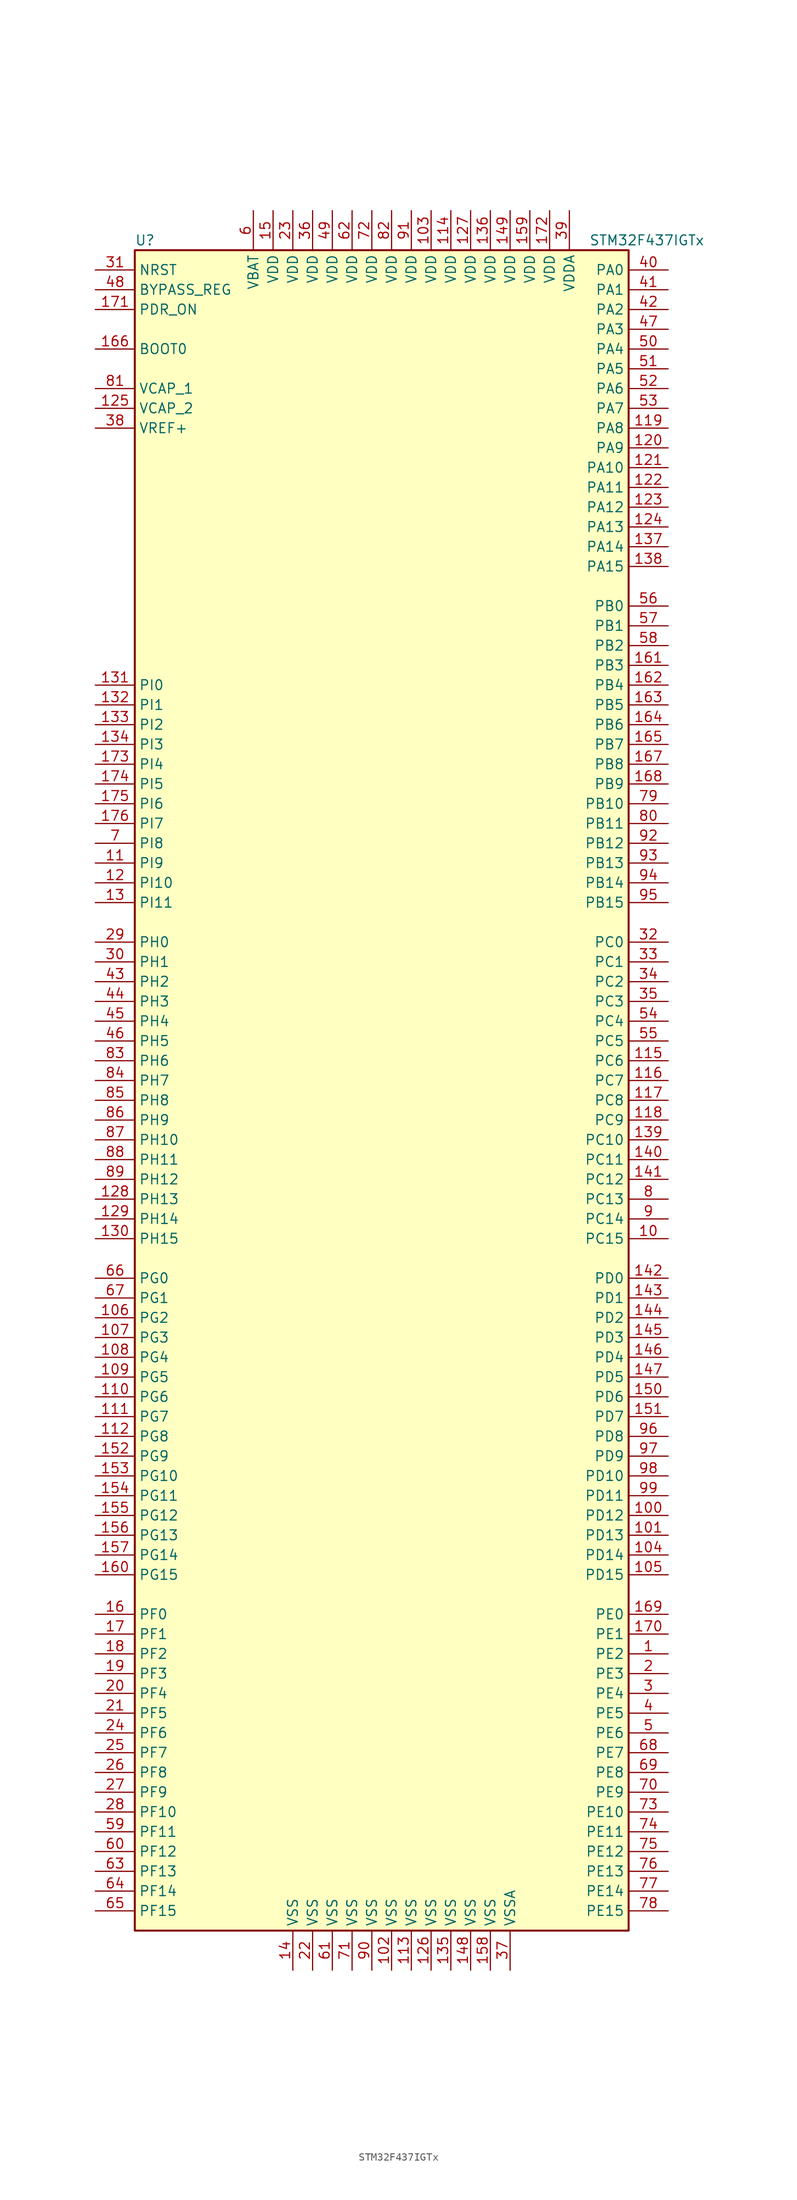
<source format=kicad_sym>
(kicad_symbol_lib
  (version 20201005)
  (generator kicad_symbol_editor)
  (symbol "STM32F437IGTx"
    (property "Reference" "U"
      (at -33.02 107.95 0)
      (effects (font (size 1.27 1.27)) (justify left)))
    (property "Value" "STM32F437IGTx"
      (at 25.4 107.95 0)
      (effects (font (size 1.27 1.27)) (justify left)))
    (symbol "STM32F437IGTx_0_1"
      (rectangle (start -33.02 -109.22) (end 30.48 106.68) (stroke (width 0.254)) (fill (type background))))
    (symbol "STM32F437IGTx_1_1"
      (pin input line (at -38.1 93.98 0) (length 5.08) (name "BOOT0" (effects (font (size 1.27 1.27)))) (number "166" (effects (font (size 1.27 1.27)))))
      (pin input line (at -38.1 101.6 0) (length 5.08) (name "BYPASS_REG" (effects (font (size 1.27 1.27)))) (number "48" (effects (font (size 1.27 1.27)))))
      (pin input line (at -38.1 104.14 0) (length 5.08) (name "NRST" (effects (font (size 1.27 1.27)))) (number "31" (effects (font (size 1.27 1.27)))))
      (pin bidirectional line (at 35.56 104.14 180) (length 5.08) (name "PA0" (effects (font (size 1.27 1.27)))) (number "40" (effects (font (size 1.27 1.27)))))
      (pin bidirectional line (at 35.56 101.6 180) (length 5.08) (name "PA1" (effects (font (size 1.27 1.27)))) (number "41" (effects (font (size 1.27 1.27)))))
      (pin bidirectional line (at 35.56 78.74 180) (length 5.08) (name "PA10" (effects (font (size 1.27 1.27)))) (number "121" (effects (font (size 1.27 1.27)))))
      (pin bidirectional line (at 35.56 76.2 180) (length 5.08) (name "PA11" (effects (font (size 1.27 1.27)))) (number "122" (effects (font (size 1.27 1.27)))))
      (pin bidirectional line (at 35.56 73.66 180) (length 5.08) (name "PA12" (effects (font (size 1.27 1.27)))) (number "123" (effects (font (size 1.27 1.27)))))
      (pin bidirectional line (at 35.56 71.12 180) (length 5.08) (name "PA13" (effects (font (size 1.27 1.27)))) (number "124" (effects (font (size 1.27 1.27)))))
      (pin bidirectional line (at 35.56 68.58 180) (length 5.08) (name "PA14" (effects (font (size 1.27 1.27)))) (number "137" (effects (font (size 1.27 1.27)))))
      (pin bidirectional line (at 35.56 66.04 180) (length 5.08) (name "PA15" (effects (font (size 1.27 1.27)))) (number "138" (effects (font (size 1.27 1.27)))))
      (pin bidirectional line (at 35.56 99.06 180) (length 5.08) (name "PA2" (effects (font (size 1.27 1.27)))) (number "42" (effects (font (size 1.27 1.27)))))
      (pin bidirectional line (at 35.56 96.52 180) (length 5.08) (name "PA3" (effects (font (size 1.27 1.27)))) (number "47" (effects (font (size 1.27 1.27)))))
      (pin bidirectional line (at 35.56 93.98 180) (length 5.08) (name "PA4" (effects (font (size 1.27 1.27)))) (number "50" (effects (font (size 1.27 1.27)))))
      (pin bidirectional line (at 35.56 91.44 180) (length 5.08) (name "PA5" (effects (font (size 1.27 1.27)))) (number "51" (effects (font (size 1.27 1.27)))))
      (pin bidirectional line (at 35.56 88.9 180) (length 5.08) (name "PA6" (effects (font (size 1.27 1.27)))) (number "52" (effects (font (size 1.27 1.27)))))
      (pin bidirectional line (at 35.56 86.36 180) (length 5.08) (name "PA7" (effects (font (size 1.27 1.27)))) (number "53" (effects (font (size 1.27 1.27)))))
      (pin bidirectional line (at 35.56 83.82 180) (length 5.08) (name "PA8" (effects (font (size 1.27 1.27)))) (number "119" (effects (font (size 1.27 1.27)))))
      (pin bidirectional line (at 35.56 81.28 180) (length 5.08) (name "PA9" (effects (font (size 1.27 1.27)))) (number "120" (effects (font (size 1.27 1.27)))))
      (pin bidirectional line (at 35.56 60.96 180) (length 5.08) (name "PB0" (effects (font (size 1.27 1.27)))) (number "56" (effects (font (size 1.27 1.27)))))
      (pin bidirectional line (at 35.56 58.42 180) (length 5.08) (name "PB1" (effects (font (size 1.27 1.27)))) (number "57" (effects (font (size 1.27 1.27)))))
      (pin bidirectional line (at 35.56 35.56 180) (length 5.08) (name "PB10" (effects (font (size 1.27 1.27)))) (number "79" (effects (font (size 1.27 1.27)))))
      (pin bidirectional line (at 35.56 33.02 180) (length 5.08) (name "PB11" (effects (font (size 1.27 1.27)))) (number "80" (effects (font (size 1.27 1.27)))))
      (pin bidirectional line (at 35.56 30.48 180) (length 5.08) (name "PB12" (effects (font (size 1.27 1.27)))) (number "92" (effects (font (size 1.27 1.27)))))
      (pin bidirectional line (at 35.56 27.94 180) (length 5.08) (name "PB13" (effects (font (size 1.27 1.27)))) (number "93" (effects (font (size 1.27 1.27)))))
      (pin bidirectional line (at 35.56 25.4 180) (length 5.08) (name "PB14" (effects (font (size 1.27 1.27)))) (number "94" (effects (font (size 1.27 1.27)))))
      (pin bidirectional line (at 35.56 22.86 180) (length 5.08) (name "PB15" (effects (font (size 1.27 1.27)))) (number "95" (effects (font (size 1.27 1.27)))))
      (pin bidirectional line (at 35.56 55.88 180) (length 5.08) (name "PB2" (effects (font (size 1.27 1.27)))) (number "58" (effects (font (size 1.27 1.27)))))
      (pin bidirectional line (at 35.56 53.34 180) (length 5.08) (name "PB3" (effects (font (size 1.27 1.27)))) (number "161" (effects (font (size 1.27 1.27)))))
      (pin bidirectional line (at 35.56 50.8 180) (length 5.08) (name "PB4" (effects (font (size 1.27 1.27)))) (number "162" (effects (font (size 1.27 1.27)))))
      (pin bidirectional line (at 35.56 48.26 180) (length 5.08) (name "PB5" (effects (font (size 1.27 1.27)))) (number "163" (effects (font (size 1.27 1.27)))))
      (pin bidirectional line (at 35.56 45.72 180) (length 5.08) (name "PB6" (effects (font (size 1.27 1.27)))) (number "164" (effects (font (size 1.27 1.27)))))
      (pin bidirectional line (at 35.56 43.18 180) (length 5.08) (name "PB7" (effects (font (size 1.27 1.27)))) (number "165" (effects (font (size 1.27 1.27)))))
      (pin bidirectional line (at 35.56 40.64 180) (length 5.08) (name "PB8" (effects (font (size 1.27 1.27)))) (number "167" (effects (font (size 1.27 1.27)))))
      (pin bidirectional line (at 35.56 38.1 180) (length 5.08) (name "PB9" (effects (font (size 1.27 1.27)))) (number "168" (effects (font (size 1.27 1.27)))))
      (pin bidirectional line (at 35.56 17.78 180) (length 5.08) (name "PC0" (effects (font (size 1.27 1.27)))) (number "32" (effects (font (size 1.27 1.27)))))
      (pin bidirectional line (at 35.56 15.24 180) (length 5.08) (name "PC1" (effects (font (size 1.27 1.27)))) (number "33" (effects (font (size 1.27 1.27)))))
      (pin bidirectional line (at 35.56 -7.62 180) (length 5.08) (name "PC10" (effects (font (size 1.27 1.27)))) (number "139" (effects (font (size 1.27 1.27)))))
      (pin bidirectional line (at 35.56 -10.16 180) (length 5.08) (name "PC11" (effects (font (size 1.27 1.27)))) (number "140" (effects (font (size 1.27 1.27)))))
      (pin bidirectional line (at 35.56 -12.7 180) (length 5.08) (name "PC12" (effects (font (size 1.27 1.27)))) (number "141" (effects (font (size 1.27 1.27)))))
      (pin bidirectional line (at 35.56 -15.24 180) (length 5.08) (name "PC13" (effects (font (size 1.27 1.27)))) (number "8" (effects (font (size 1.27 1.27)))))
      (pin bidirectional line (at 35.56 -17.78 180) (length 5.08) (name "PC14" (effects (font (size 1.27 1.27)))) (number "9" (effects (font (size 1.27 1.27)))))
      (pin bidirectional line (at 35.56 -20.32 180) (length 5.08) (name "PC15" (effects (font (size 1.27 1.27)))) (number "10" (effects (font (size 1.27 1.27)))))
      (pin bidirectional line (at 35.56 12.7 180) (length 5.08) (name "PC2" (effects (font (size 1.27 1.27)))) (number "34" (effects (font (size 1.27 1.27)))))
      (pin bidirectional line (at 35.56 10.16 180) (length 5.08) (name "PC3" (effects (font (size 1.27 1.27)))) (number "35" (effects (font (size 1.27 1.27)))))
      (pin bidirectional line (at 35.56 7.62 180) (length 5.08) (name "PC4" (effects (font (size 1.27 1.27)))) (number "54" (effects (font (size 1.27 1.27)))))
      (pin bidirectional line (at 35.56 5.08 180) (length 5.08) (name "PC5" (effects (font (size 1.27 1.27)))) (number "55" (effects (font (size 1.27 1.27)))))
      (pin bidirectional line (at 35.56 2.54 180) (length 5.08) (name "PC6" (effects (font (size 1.27 1.27)))) (number "115" (effects (font (size 1.27 1.27)))))
      (pin bidirectional line (at 35.56 0 180) (length 5.08) (name "PC7" (effects (font (size 1.27 1.27)))) (number "116" (effects (font (size 1.27 1.27)))))
      (pin bidirectional line (at 35.56 -2.54 180) (length 5.08) (name "PC8" (effects (font (size 1.27 1.27)))) (number "117" (effects (font (size 1.27 1.27)))))
      (pin bidirectional line (at 35.56 -5.08 180) (length 5.08) (name "PC9" (effects (font (size 1.27 1.27)))) (number "118" (effects (font (size 1.27 1.27)))))
      (pin bidirectional line (at 35.56 -25.4 180) (length 5.08) (name "PD0" (effects (font (size 1.27 1.27)))) (number "142" (effects (font (size 1.27 1.27)))))
      (pin bidirectional line (at 35.56 -27.94 180) (length 5.08) (name "PD1" (effects (font (size 1.27 1.27)))) (number "143" (effects (font (size 1.27 1.27)))))
      (pin bidirectional line (at 35.56 -50.8 180) (length 5.08) (name "PD10" (effects (font (size 1.27 1.27)))) (number "98" (effects (font (size 1.27 1.27)))))
      (pin bidirectional line (at 35.56 -53.34 180) (length 5.08) (name "PD11" (effects (font (size 1.27 1.27)))) (number "99" (effects (font (size 1.27 1.27)))))
      (pin bidirectional line (at 35.56 -55.88 180) (length 5.08) (name "PD12" (effects (font (size 1.27 1.27)))) (number "100" (effects (font (size 1.27 1.27)))))
      (pin bidirectional line (at 35.56 -58.42 180) (length 5.08) (name "PD13" (effects (font (size 1.27 1.27)))) (number "101" (effects (font (size 1.27 1.27)))))
      (pin bidirectional line (at 35.56 -60.96 180) (length 5.08) (name "PD14" (effects (font (size 1.27 1.27)))) (number "104" (effects (font (size 1.27 1.27)))))
      (pin bidirectional line (at 35.56 -63.5 180) (length 5.08) (name "PD15" (effects (font (size 1.27 1.27)))) (number "105" (effects (font (size 1.27 1.27)))))
      (pin bidirectional line (at 35.56 -30.48 180) (length 5.08) (name "PD2" (effects (font (size 1.27 1.27)))) (number "144" (effects (font (size 1.27 1.27)))))
      (pin bidirectional line (at 35.56 -33.02 180) (length 5.08) (name "PD3" (effects (font (size 1.27 1.27)))) (number "145" (effects (font (size 1.27 1.27)))))
      (pin bidirectional line (at 35.56 -35.56 180) (length 5.08) (name "PD4" (effects (font (size 1.27 1.27)))) (number "146" (effects (font (size 1.27 1.27)))))
      (pin bidirectional line (at 35.56 -38.1 180) (length 5.08) (name "PD5" (effects (font (size 1.27 1.27)))) (number "147" (effects (font (size 1.27 1.27)))))
      (pin bidirectional line (at 35.56 -40.64 180) (length 5.08) (name "PD6" (effects (font (size 1.27 1.27)))) (number "150" (effects (font (size 1.27 1.27)))))
      (pin bidirectional line (at 35.56 -43.18 180) (length 5.08) (name "PD7" (effects (font (size 1.27 1.27)))) (number "151" (effects (font (size 1.27 1.27)))))
      (pin bidirectional line (at 35.56 -45.72 180) (length 5.08) (name "PD8" (effects (font (size 1.27 1.27)))) (number "96" (effects (font (size 1.27 1.27)))))
      (pin bidirectional line (at 35.56 -48.26 180) (length 5.08) (name "PD9" (effects (font (size 1.27 1.27)))) (number "97" (effects (font (size 1.27 1.27)))))
      (pin input line (at -38.1 99.06 0) (length 5.08) (name "PDR_ON" (effects (font (size 1.27 1.27)))) (number "171" (effects (font (size 1.27 1.27)))))
      (pin bidirectional line (at 35.56 -68.58 180) (length 5.08) (name "PE0" (effects (font (size 1.27 1.27)))) (number "169" (effects (font (size 1.27 1.27)))))
      (pin bidirectional line (at 35.56 -71.12 180) (length 5.08) (name "PE1" (effects (font (size 1.27 1.27)))) (number "170" (effects (font (size 1.27 1.27)))))
      (pin bidirectional line (at 35.56 -93.98 180) (length 5.08) (name "PE10" (effects (font (size 1.27 1.27)))) (number "73" (effects (font (size 1.27 1.27)))))
      (pin bidirectional line (at 35.56 -96.52 180) (length 5.08) (name "PE11" (effects (font (size 1.27 1.27)))) (number "74" (effects (font (size 1.27 1.27)))))
      (pin bidirectional line (at 35.56 -99.06 180) (length 5.08) (name "PE12" (effects (font (size 1.27 1.27)))) (number "75" (effects (font (size 1.27 1.27)))))
      (pin bidirectional line (at 35.56 -101.6 180) (length 5.08) (name "PE13" (effects (font (size 1.27 1.27)))) (number "76" (effects (font (size 1.27 1.27)))))
      (pin bidirectional line (at 35.56 -104.14 180) (length 5.08) (name "PE14" (effects (font (size 1.27 1.27)))) (number "77" (effects (font (size 1.27 1.27)))))
      (pin bidirectional line (at 35.56 -106.68 180) (length 5.08) (name "PE15" (effects (font (size 1.27 1.27)))) (number "78" (effects (font (size 1.27 1.27)))))
      (pin bidirectional line (at 35.56 -73.66 180) (length 5.08) (name "PE2" (effects (font (size 1.27 1.27)))) (number "1" (effects (font (size 1.27 1.27)))))
      (pin bidirectional line (at 35.56 -76.2 180) (length 5.08) (name "PE3" (effects (font (size 1.27 1.27)))) (number "2" (effects (font (size 1.27 1.27)))))
      (pin bidirectional line (at 35.56 -78.74 180) (length 5.08) (name "PE4" (effects (font (size 1.27 1.27)))) (number "3" (effects (font (size 1.27 1.27)))))
      (pin bidirectional line (at 35.56 -81.28 180) (length 5.08) (name "PE5" (effects (font (size 1.27 1.27)))) (number "4" (effects (font (size 1.27 1.27)))))
      (pin bidirectional line (at 35.56 -83.82 180) (length 5.08) (name "PE6" (effects (font (size 1.27 1.27)))) (number "5" (effects (font (size 1.27 1.27)))))
      (pin bidirectional line (at 35.56 -86.36 180) (length 5.08) (name "PE7" (effects (font (size 1.27 1.27)))) (number "68" (effects (font (size 1.27 1.27)))))
      (pin bidirectional line (at 35.56 -88.9 180) (length 5.08) (name "PE8" (effects (font (size 1.27 1.27)))) (number "69" (effects (font (size 1.27 1.27)))))
      (pin bidirectional line (at 35.56 -91.44 180) (length 5.08) (name "PE9" (effects (font (size 1.27 1.27)))) (number "70" (effects (font (size 1.27 1.27)))))
      (pin bidirectional line (at -38.1 -68.58 0) (length 5.08) (name "PF0" (effects (font (size 1.27 1.27)))) (number "16" (effects (font (size 1.27 1.27)))))
      (pin bidirectional line (at -38.1 -71.12 0) (length 5.08) (name "PF1" (effects (font (size 1.27 1.27)))) (number "17" (effects (font (size 1.27 1.27)))))
      (pin bidirectional line (at -38.1 -93.98 0) (length 5.08) (name "PF10" (effects (font (size 1.27 1.27)))) (number "28" (effects (font (size 1.27 1.27)))))
      (pin bidirectional line (at -38.1 -96.52 0) (length 5.08) (name "PF11" (effects (font (size 1.27 1.27)))) (number "59" (effects (font (size 1.27 1.27)))))
      (pin bidirectional line (at -38.1 -99.06 0) (length 5.08) (name "PF12" (effects (font (size 1.27 1.27)))) (number "60" (effects (font (size 1.27 1.27)))))
      (pin bidirectional line (at -38.1 -101.6 0) (length 5.08) (name "PF13" (effects (font (size 1.27 1.27)))) (number "63" (effects (font (size 1.27 1.27)))))
      (pin bidirectional line (at -38.1 -104.14 0) (length 5.08) (name "PF14" (effects (font (size 1.27 1.27)))) (number "64" (effects (font (size 1.27 1.27)))))
      (pin bidirectional line (at -38.1 -106.68 0) (length 5.08) (name "PF15" (effects (font (size 1.27 1.27)))) (number "65" (effects (font (size 1.27 1.27)))))
      (pin bidirectional line (at -38.1 -73.66 0) (length 5.08) (name "PF2" (effects (font (size 1.27 1.27)))) (number "18" (effects (font (size 1.27 1.27)))))
      (pin bidirectional line (at -38.1 -76.2 0) (length 5.08) (name "PF3" (effects (font (size 1.27 1.27)))) (number "19" (effects (font (size 1.27 1.27)))))
      (pin bidirectional line (at -38.1 -78.74 0) (length 5.08) (name "PF4" (effects (font (size 1.27 1.27)))) (number "20" (effects (font (size 1.27 1.27)))))
      (pin bidirectional line (at -38.1 -81.28 0) (length 5.08) (name "PF5" (effects (font (size 1.27 1.27)))) (number "21" (effects (font (size 1.27 1.27)))))
      (pin bidirectional line (at -38.1 -83.82 0) (length 5.08) (name "PF6" (effects (font (size 1.27 1.27)))) (number "24" (effects (font (size 1.27 1.27)))))
      (pin bidirectional line (at -38.1 -86.36 0) (length 5.08) (name "PF7" (effects (font (size 1.27 1.27)))) (number "25" (effects (font (size 1.27 1.27)))))
      (pin bidirectional line (at -38.1 -88.9 0) (length 5.08) (name "PF8" (effects (font (size 1.27 1.27)))) (number "26" (effects (font (size 1.27 1.27)))))
      (pin bidirectional line (at -38.1 -91.44 0) (length 5.08) (name "PF9" (effects (font (size 1.27 1.27)))) (number "27" (effects (font (size 1.27 1.27)))))
      (pin bidirectional line (at -38.1 -25.4 0) (length 5.08) (name "PG0" (effects (font (size 1.27 1.27)))) (number "66" (effects (font (size 1.27 1.27)))))
      (pin bidirectional line (at -38.1 -27.94 0) (length 5.08) (name "PG1" (effects (font (size 1.27 1.27)))) (number "67" (effects (font (size 1.27 1.27)))))
      (pin bidirectional line (at -38.1 -50.8 0) (length 5.08) (name "PG10" (effects (font (size 1.27 1.27)))) (number "153" (effects (font (size 1.27 1.27)))))
      (pin bidirectional line (at -38.1 -53.34 0) (length 5.08) (name "PG11" (effects (font (size 1.27 1.27)))) (number "154" (effects (font (size 1.27 1.27)))))
      (pin bidirectional line (at -38.1 -55.88 0) (length 5.08) (name "PG12" (effects (font (size 1.27 1.27)))) (number "155" (effects (font (size 1.27 1.27)))))
      (pin bidirectional line (at -38.1 -58.42 0) (length 5.08) (name "PG13" (effects (font (size 1.27 1.27)))) (number "156" (effects (font (size 1.27 1.27)))))
      (pin bidirectional line (at -38.1 -60.96 0) (length 5.08) (name "PG14" (effects (font (size 1.27 1.27)))) (number "157" (effects (font (size 1.27 1.27)))))
      (pin bidirectional line (at -38.1 -63.5 0) (length 5.08) (name "PG15" (effects (font (size 1.27 1.27)))) (number "160" (effects (font (size 1.27 1.27)))))
      (pin bidirectional line (at -38.1 -30.48 0) (length 5.08) (name "PG2" (effects (font (size 1.27 1.27)))) (number "106" (effects (font (size 1.27 1.27)))))
      (pin bidirectional line (at -38.1 -33.02 0) (length 5.08) (name "PG3" (effects (font (size 1.27 1.27)))) (number "107" (effects (font (size 1.27 1.27)))))
      (pin bidirectional line (at -38.1 -35.56 0) (length 5.08) (name "PG4" (effects (font (size 1.27 1.27)))) (number "108" (effects (font (size 1.27 1.27)))))
      (pin bidirectional line (at -38.1 -38.1 0) (length 5.08) (name "PG5" (effects (font (size 1.27 1.27)))) (number "109" (effects (font (size 1.27 1.27)))))
      (pin bidirectional line (at -38.1 -40.64 0) (length 5.08) (name "PG6" (effects (font (size 1.27 1.27)))) (number "110" (effects (font (size 1.27 1.27)))))
      (pin bidirectional line (at -38.1 -43.18 0) (length 5.08) (name "PG7" (effects (font (size 1.27 1.27)))) (number "111" (effects (font (size 1.27 1.27)))))
      (pin bidirectional line (at -38.1 -45.72 0) (length 5.08) (name "PG8" (effects (font (size 1.27 1.27)))) (number "112" (effects (font (size 1.27 1.27)))))
      (pin bidirectional line (at -38.1 -48.26 0) (length 5.08) (name "PG9" (effects (font (size 1.27 1.27)))) (number "152" (effects (font (size 1.27 1.27)))))
      (pin input line (at -38.1 17.78 0) (length 5.08) (name "PH0" (effects (font (size 1.27 1.27)))) (number "29" (effects (font (size 1.27 1.27)))))
      (pin input line (at -38.1 15.24 0) (length 5.08) (name "PH1" (effects (font (size 1.27 1.27)))) (number "30" (effects (font (size 1.27 1.27)))))
      (pin bidirectional line (at -38.1 -7.62 0) (length 5.08) (name "PH10" (effects (font (size 1.27 1.27)))) (number "87" (effects (font (size 1.27 1.27)))))
      (pin bidirectional line (at -38.1 -10.16 0) (length 5.08) (name "PH11" (effects (font (size 1.27 1.27)))) (number "88" (effects (font (size 1.27 1.27)))))
      (pin bidirectional line (at -38.1 -12.7 0) (length 5.08) (name "PH12" (effects (font (size 1.27 1.27)))) (number "89" (effects (font (size 1.27 1.27)))))
      (pin bidirectional line (at -38.1 -15.24 0) (length 5.08) (name "PH13" (effects (font (size 1.27 1.27)))) (number "128" (effects (font (size 1.27 1.27)))))
      (pin bidirectional line (at -38.1 -17.78 0) (length 5.08) (name "PH14" (effects (font (size 1.27 1.27)))) (number "129" (effects (font (size 1.27 1.27)))))
      (pin bidirectional line (at -38.1 -20.32 0) (length 5.08) (name "PH15" (effects (font (size 1.27 1.27)))) (number "130" (effects (font (size 1.27 1.27)))))
      (pin bidirectional line (at -38.1 12.7 0) (length 5.08) (name "PH2" (effects (font (size 1.27 1.27)))) (number "43" (effects (font (size 1.27 1.27)))))
      (pin bidirectional line (at -38.1 10.16 0) (length 5.08) (name "PH3" (effects (font (size 1.27 1.27)))) (number "44" (effects (font (size 1.27 1.27)))))
      (pin bidirectional line (at -38.1 7.62 0) (length 5.08) (name "PH4" (effects (font (size 1.27 1.27)))) (number "45" (effects (font (size 1.27 1.27)))))
      (pin bidirectional line (at -38.1 5.08 0) (length 5.08) (name "PH5" (effects (font (size 1.27 1.27)))) (number "46" (effects (font (size 1.27 1.27)))))
      (pin bidirectional line (at -38.1 2.54 0) (length 5.08) (name "PH6" (effects (font (size 1.27 1.27)))) (number "83" (effects (font (size 1.27 1.27)))))
      (pin bidirectional line (at -38.1 0 0) (length 5.08) (name "PH7" (effects (font (size 1.27 1.27)))) (number "84" (effects (font (size 1.27 1.27)))))
      (pin bidirectional line (at -38.1 -2.54 0) (length 5.08) (name "PH8" (effects (font (size 1.27 1.27)))) (number "85" (effects (font (size 1.27 1.27)))))
      (pin bidirectional line (at -38.1 -5.08 0) (length 5.08) (name "PH9" (effects (font (size 1.27 1.27)))) (number "86" (effects (font (size 1.27 1.27)))))
      (pin bidirectional line (at -38.1 50.8 0) (length 5.08) (name "PI0" (effects (font (size 1.27 1.27)))) (number "131" (effects (font (size 1.27 1.27)))))
      (pin bidirectional line (at -38.1 48.26 0) (length 5.08) (name "PI1" (effects (font (size 1.27 1.27)))) (number "132" (effects (font (size 1.27 1.27)))))
      (pin bidirectional line (at -38.1 25.4 0) (length 5.08) (name "PI10" (effects (font (size 1.27 1.27)))) (number "12" (effects (font (size 1.27 1.27)))))
      (pin bidirectional line (at -38.1 22.86 0) (length 5.08) (name "PI11" (effects (font (size 1.27 1.27)))) (number "13" (effects (font (size 1.27 1.27)))))
      (pin bidirectional line (at -38.1 45.72 0) (length 5.08) (name "PI2" (effects (font (size 1.27 1.27)))) (number "133" (effects (font (size 1.27 1.27)))))
      (pin bidirectional line (at -38.1 43.18 0) (length 5.08) (name "PI3" (effects (font (size 1.27 1.27)))) (number "134" (effects (font (size 1.27 1.27)))))
      (pin bidirectional line (at -38.1 40.64 0) (length 5.08) (name "PI4" (effects (font (size 1.27 1.27)))) (number "173" (effects (font (size 1.27 1.27)))))
      (pin bidirectional line (at -38.1 38.1 0) (length 5.08) (name "PI5" (effects (font (size 1.27 1.27)))) (number "174" (effects (font (size 1.27 1.27)))))
      (pin bidirectional line (at -38.1 35.56 0) (length 5.08) (name "PI6" (effects (font (size 1.27 1.27)))) (number "175" (effects (font (size 1.27 1.27)))))
      (pin bidirectional line (at -38.1 33.02 0) (length 5.08) (name "PI7" (effects (font (size 1.27 1.27)))) (number "176" (effects (font (size 1.27 1.27)))))
      (pin bidirectional line (at -38.1 30.48 0) (length 5.08) (name "PI8" (effects (font (size 1.27 1.27)))) (number "7" (effects (font (size 1.27 1.27)))))
      (pin bidirectional line (at -38.1 27.94 0) (length 5.08) (name "PI9" (effects (font (size 1.27 1.27)))) (number "11" (effects (font (size 1.27 1.27)))))
      (pin power_in line (at -17.78 111.76 270) (length 5.08) (name "VBAT" (effects (font (size 1.27 1.27)))) (number "6" (effects (font (size 1.27 1.27)))))
      (pin power_in line (at -38.1 88.9 0) (length 5.08) (name "VCAP_1" (effects (font (size 1.27 1.27)))) (number "81" (effects (font (size 1.27 1.27)))))
      (pin power_in line (at -38.1 86.36 0) (length 5.08) (name "VCAP_2" (effects (font (size 1.27 1.27)))) (number "125" (effects (font (size 1.27 1.27)))))
      (pin power_in line (at 5.08 111.76 270) (length 5.08) (name "VDD" (effects (font (size 1.27 1.27)))) (number "103" (effects (font (size 1.27 1.27)))))
      (pin power_in line (at 7.62 111.76 270) (length 5.08) (name "VDD" (effects (font (size 1.27 1.27)))) (number "114" (effects (font (size 1.27 1.27)))))
      (pin power_in line (at 10.16 111.76 270) (length 5.08) (name "VDD" (effects (font (size 1.27 1.27)))) (number "127" (effects (font (size 1.27 1.27)))))
      (pin power_in line (at 12.7 111.76 270) (length 5.08) (name "VDD" (effects (font (size 1.27 1.27)))) (number "136" (effects (font (size 1.27 1.27)))))
      (pin power_in line (at 15.24 111.76 270) (length 5.08) (name "VDD" (effects (font (size 1.27 1.27)))) (number "149" (effects (font (size 1.27 1.27)))))
      (pin power_in line (at -15.24 111.76 270) (length 5.08) (name "VDD" (effects (font (size 1.27 1.27)))) (number "15" (effects (font (size 1.27 1.27)))))
      (pin power_in line (at 17.78 111.76 270) (length 5.08) (name "VDD" (effects (font (size 1.27 1.27)))) (number "159" (effects (font (size 1.27 1.27)))))
      (pin power_in line (at 20.32 111.76 270) (length 5.08) (name "VDD" (effects (font (size 1.27 1.27)))) (number "172" (effects (font (size 1.27 1.27)))))
      (pin power_in line (at -12.7 111.76 270) (length 5.08) (name "VDD" (effects (font (size 1.27 1.27)))) (number "23" (effects (font (size 1.27 1.27)))))
      (pin power_in line (at -10.16 111.76 270) (length 5.08) (name "VDD" (effects (font (size 1.27 1.27)))) (number "36" (effects (font (size 1.27 1.27)))))
      (pin power_in line (at -7.62 111.76 270) (length 5.08) (name "VDD" (effects (font (size 1.27 1.27)))) (number "49" (effects (font (size 1.27 1.27)))))
      (pin power_in line (at -5.08 111.76 270) (length 5.08) (name "VDD" (effects (font (size 1.27 1.27)))) (number "62" (effects (font (size 1.27 1.27)))))
      (pin power_in line (at -2.54 111.76 270) (length 5.08) (name "VDD" (effects (font (size 1.27 1.27)))) (number "72" (effects (font (size 1.27 1.27)))))
      (pin power_in line (at 0 111.76 270) (length 5.08) (name "VDD" (effects (font (size 1.27 1.27)))) (number "82" (effects (font (size 1.27 1.27)))))
      (pin power_in line (at 2.54 111.76 270) (length 5.08) (name "VDD" (effects (font (size 1.27 1.27)))) (number "91" (effects (font (size 1.27 1.27)))))
      (pin power_in line (at 22.86 111.76 270) (length 5.08) (name "VDDA" (effects (font (size 1.27 1.27)))) (number "39" (effects (font (size 1.27 1.27)))))
      (pin power_in line (at -38.1 83.82 0) (length 5.08) (name "VREF+" (effects (font (size 1.27 1.27)))) (number "38" (effects (font (size 1.27 1.27)))))
      (pin power_in line (at 0 -114.3 90) (length 5.08) (name "VSS" (effects (font (size 1.27 1.27)))) (number "102" (effects (font (size 1.27 1.27)))))
      (pin power_in line (at 2.54 -114.3 90) (length 5.08) (name "VSS" (effects (font (size 1.27 1.27)))) (number "113" (effects (font (size 1.27 1.27)))))
      (pin power_in line (at 5.08 -114.3 90) (length 5.08) (name "VSS" (effects (font (size 1.27 1.27)))) (number "126" (effects (font (size 1.27 1.27)))))
      (pin power_in line (at 7.62 -114.3 90) (length 5.08) (name "VSS" (effects (font (size 1.27 1.27)))) (number "135" (effects (font (size 1.27 1.27)))))
      (pin power_in line (at -12.7 -114.3 90) (length 5.08) (name "VSS" (effects (font (size 1.27 1.27)))) (number "14" (effects (font (size 1.27 1.27)))))
      (pin power_in line (at 10.16 -114.3 90) (length 5.08) (name "VSS" (effects (font (size 1.27 1.27)))) (number "148" (effects (font (size 1.27 1.27)))))
      (pin power_in line (at 12.7 -114.3 90) (length 5.08) (name "VSS" (effects (font (size 1.27 1.27)))) (number "158" (effects (font (size 1.27 1.27)))))
      (pin power_in line (at -10.16 -114.3 90) (length 5.08) (name "VSS" (effects (font (size 1.27 1.27)))) (number "22" (effects (font (size 1.27 1.27)))))
      (pin power_in line (at -7.62 -114.3 90) (length 5.08) (name "VSS" (effects (font (size 1.27 1.27)))) (number "61" (effects (font (size 1.27 1.27)))))
      (pin power_in line (at -5.08 -114.3 90) (length 5.08) (name "VSS" (effects (font (size 1.27 1.27)))) (number "71" (effects (font (size 1.27 1.27)))))
      (pin power_in line (at -2.54 -114.3 90) (length 5.08) (name "VSS" (effects (font (size 1.27 1.27)))) (number "90" (effects (font (size 1.27 1.27)))))
      (pin power_in line (at 15.24 -114.3 90) (length 5.08) (name "VSSA" (effects (font (size 1.27 1.27)))) (number "37" (effects (font (size 1.27 1.27))))))))
</source>
